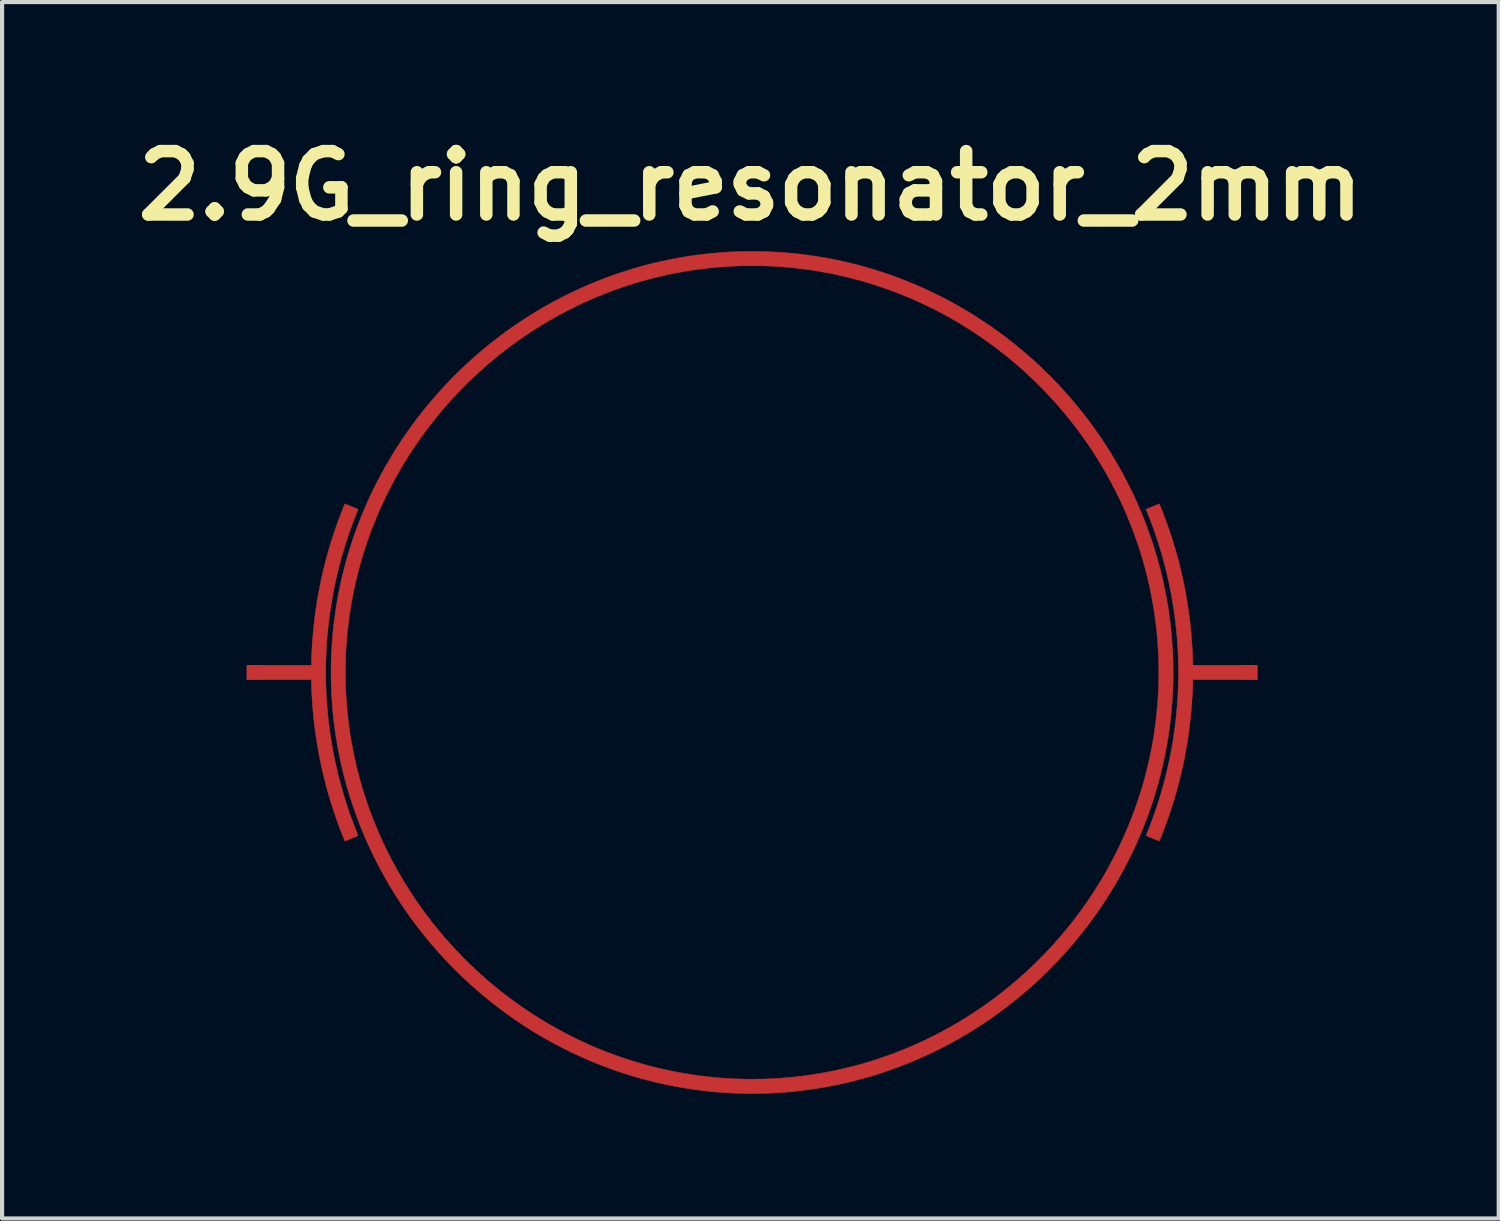
<source format=kicad_pcb>
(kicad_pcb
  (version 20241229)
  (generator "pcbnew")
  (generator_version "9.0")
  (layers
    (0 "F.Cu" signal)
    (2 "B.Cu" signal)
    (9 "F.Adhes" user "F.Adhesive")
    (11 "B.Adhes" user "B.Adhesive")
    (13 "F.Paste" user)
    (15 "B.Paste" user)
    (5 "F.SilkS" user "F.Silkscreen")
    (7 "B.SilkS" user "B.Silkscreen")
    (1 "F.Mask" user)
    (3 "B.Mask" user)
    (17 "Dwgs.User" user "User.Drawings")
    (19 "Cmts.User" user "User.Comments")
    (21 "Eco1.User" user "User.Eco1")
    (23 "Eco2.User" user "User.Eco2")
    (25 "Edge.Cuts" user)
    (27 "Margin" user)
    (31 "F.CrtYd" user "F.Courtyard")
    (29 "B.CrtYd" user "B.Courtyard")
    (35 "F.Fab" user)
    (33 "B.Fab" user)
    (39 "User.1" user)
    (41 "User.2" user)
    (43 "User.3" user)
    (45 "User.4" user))
  (footprint "2.9G_ring_resonator_2mm"
    (layer "F.Cu")
    (at 15.033 13.118)
    (property "Reference" "2.9G_ring_resonator_2mm" (at -0.04 -11.7 0) (layer "F.SilkS") (effects (font (size 1.524 1.524) (thickness 0.3))))
    (attr through_hole)
    (fp_poly (pts (xy 9.793 -4.053) (xy 9.795 -4.05) (xy 9.798 -4.044) (xy 9.802 -4.033) (xy 9.808 -4.019) (xy 9.814 -4.003) (xy 9.822 -3.985) (xy 9.83 -3.965) (xy 9.838 -3.945) (xy 9.846 -3.924) (xy 9.855 -3.903) (xy 9.861 -3.887) (xy 9.944 -3.67) (xy 10.022 -3.451) (xy 10.095 -3.231) (xy 10.163 -3.01) (xy 10.227 -2.787) (xy 10.285 -2.563) (xy 10.339 -2.338) (xy 10.387 -2.112) (xy 10.431 -1.884) (xy 10.469 -1.656) (xy 10.503 -1.427) (xy 10.532 -1.197) (xy 10.556 -0.966) (xy 10.574 -0.735) (xy 10.583 -0.601) (xy 10.585 -0.568) (xy 10.586 -0.533) (xy 10.588 -0.498) (xy 10.59 -0.462) (xy 10.591 -0.426) (xy 10.593 -0.392) (xy 10.594 -0.359) (xy 10.595 -0.328) (xy 10.596 -0.3) (xy 10.596 -0.275) (xy 10.597 -0.255) (xy 10.597 -0.243) (xy 10.597 -0.228) (xy 10.597 -0.213) (xy 10.598 -0.2) (xy 10.598 -0.191) (xy 10.599 -0.19) (xy 10.6 -0.173) (xy 12.144 -0.173) (xy 12.144 0.175) (xy 10.6 0.175) (xy 10.599 0.192) (xy 10.598 0.202) (xy 10.597 0.214) (xy 10.597 0.229) (xy 10.597 0.244) (xy 10.597 0.245) (xy 10.597 0.263) (xy 10.596 0.284) (xy 10.596 0.31) (xy 10.595 0.339) (xy 10.594 0.371) (xy 10.592 0.404) (xy 10.591 0.439) (xy 10.589 0.475) (xy 10.588 0.51) (xy 10.586 0.546) (xy 10.584 0.58) (xy 10.583 0.603) (xy 10.567 0.834) (xy 10.546 1.064) (xy 10.521 1.293) (xy 10.49 1.522) (xy 10.454 1.75) (xy 10.414 1.977) (xy 10.369 2.203) (xy 10.318 2.428) (xy 10.263 2.651) (xy 10.203 2.873) (xy 10.139 3.094) (xy 10.069 3.314) (xy 9.995 3.531) (xy 9.916 3.747) (xy 9.833 3.961) (xy 9.817 3.999) (xy 9.811 4.014) (xy 9.805 4.028) (xy 9.801 4.039) (xy 9.797 4.048) (xy 9.795 4.053) (xy 9.795 4.053) (xy 9.792 4.056) (xy 9.791 4.056) (xy 9.788 4.055) (xy 9.781 4.052) (xy 9.77 4.048) (xy 9.755 4.042) (xy 9.738 4.035) (xy 9.718 4.026) (xy 9.695 4.017) (xy 9.67 4.007) (xy 9.644 3.996) (xy 9.632 3.991) (xy 9.605 3.98) (xy 9.58 3.969) (xy 9.556 3.96) (xy 9.535 3.951) (xy 9.516 3.943) (xy 9.501 3.936) (xy 9.488 3.931) (xy 9.48 3.927) (xy 9.475 3.926) (xy 9.474 3.925) (xy 9.475 3.923) (xy 9.478 3.916) (xy 9.481 3.906) (xy 9.486 3.893) (xy 9.492 3.878) (xy 9.499 3.862) (xy 9.499 3.862) (xy 9.582 3.653) (xy 9.659 3.441) (xy 9.733 3.228) (xy 9.801 3.014) (xy 9.865 2.797) (xy 9.924 2.579) (xy 9.978 2.36) (xy 10.028 2.139) (xy 10.073 1.918) (xy 10.113 1.695) (xy 10.147 1.472) (xy 10.177 1.248) (xy 10.202 1.024) (xy 10.221 0.819) (xy 10.227 0.732) (xy 10.233 0.647) (xy 10.238 0.565) (xy 10.242 0.484) (xy 10.246 0.403) (xy 10.248 0.322) (xy 10.25 0.239) (xy 10.252 0.153) (xy 10.252 0.064) (xy 10.252 0.001) (xy 10.252 -0.091) (xy 10.251 -0.179) (xy 10.25 -0.264) (xy 10.248 -0.346) (xy 10.245 -0.427) (xy 10.241 -0.508) (xy 10.237 -0.589) (xy 10.231 -0.672) (xy 10.225 -0.757) (xy 10.221 -0.817) (xy 10.2 -1.041) (xy 10.175 -1.266) (xy 10.145 -1.489) (xy 10.109 -1.713) (xy 10.069 -1.935) (xy 10.024 -2.157) (xy 9.974 -2.377) (xy 9.919 -2.596) (xy 9.86 -2.814) (xy 9.795 -3.03) (xy 9.726 -3.245) (xy 9.653 -3.458) (xy 9.574 -3.669) (xy 9.499 -3.859) (xy 9.492 -3.876) (xy 9.486 -3.891) (xy 9.481 -3.904) (xy 9.478 -3.914) (xy 9.475 -3.92) (xy 9.474 -3.923) (xy 9.474 -3.923) (xy 9.477 -3.924) (xy 9.484 -3.927) (xy 9.495 -3.932) (xy 9.509 -3.937) (xy 9.526 -3.944) (xy 9.545 -3.952) (xy 9.566 -3.961) (xy 9.588 -3.97) (xy 9.611 -3.98) (xy 9.635 -3.989) (xy 9.658 -3.999) (xy 9.682 -4.008) (xy 9.704 -4.017) (xy 9.725 -4.026) (xy 9.743 -4.034) (xy 9.76 -4.04) (xy 9.774 -4.046) (xy 9.784 -4.05) (xy 9.791 -4.052) (xy 9.793 -4.053) (xy 9.793 -4.053)) (stroke (width 0.01) (type solid)) (fill yes) (layer "F.Cu"))
    (fp_poly (pts (xy -9.788 -4.052) (xy -9.782 -4.05) (xy -9.771 -4.046) (xy -9.758 -4.04) (xy -9.741 -4.034) (xy -9.722 -4.026) (xy -9.701 -4.018) (xy -9.679 -4.008) (xy -9.656 -3.999) (xy -9.632 -3.989) (xy -9.609 -3.98) (xy -9.586 -3.97) (xy -9.563 -3.961) (xy -9.542 -3.952) (xy -9.523 -3.944) (xy -9.507 -3.937) (xy -9.493 -3.932) (xy -9.482 -3.927) (xy -9.475 -3.924) (xy -9.472 -3.923) (xy -9.472 -3.923) (xy -9.473 -3.92) (xy -9.475 -3.914) (xy -9.479 -3.904) (xy -9.484 -3.891) (xy -9.49 -3.876) (xy -9.497 -3.859) (xy -9.497 -3.859) (xy -9.579 -3.65) (xy -9.657 -3.439) (xy -9.73 -3.225) (xy -9.799 -3.011) (xy -9.863 -2.794) (xy -9.922 -2.576) (xy -9.976 -2.357) (xy -10.026 -2.136) (xy -10.07 -1.914) (xy -10.11 -1.691) (xy -10.145 -1.468) (xy -10.175 -1.244) (xy -10.2 -1.019) (xy -10.22 -0.794) (xy -10.227 -0.695) (xy -10.232 -0.624) (xy -10.236 -0.555) (xy -10.239 -0.489) (xy -10.242 -0.424) (xy -10.245 -0.36) (xy -10.247 -0.294) (xy -10.248 -0.228) (xy -10.249 -0.159) (xy -10.25 -0.087) (xy -10.25 -0.01) (xy -10.25 0.001) (xy -10.25 0.078) (xy -10.249 0.151) (xy -10.248 0.22) (xy -10.247 0.287) (xy -10.245 0.353) (xy -10.243 0.417) (xy -10.24 0.482) (xy -10.236 0.548) (xy -10.233 0.616) (xy -10.228 0.687) (xy -10.227 0.697) (xy -10.209 0.923) (xy -10.187 1.148) (xy -10.159 1.372) (xy -10.126 1.596) (xy -10.088 1.819) (xy -10.046 2.041) (xy -9.998 2.262) (xy -9.946 2.482) (xy -9.889 2.701) (xy -9.827 2.918) (xy -9.761 3.134) (xy -9.69 3.348) (xy -9.614 3.56) (xy -9.533 3.77) (xy -9.497 3.862) (xy -9.49 3.878) (xy -9.484 3.893) (xy -9.479 3.906) (xy -9.475 3.916) (xy -9.473 3.923) (xy -9.472 3.925) (xy -9.472 3.925) (xy -9.474 3.926) (xy -9.481 3.929) (xy -9.492 3.934) (xy -9.505 3.939) (xy -9.522 3.946) (xy -9.541 3.954) (xy -9.562 3.963) (xy -9.584 3.972) (xy -9.607 3.981) (xy -9.631 3.991) (xy -9.654 4.001) (xy -9.678 4.011) (xy -9.7 4.02) (xy -9.721 4.028) (xy -9.74 4.036) (xy -9.756 4.043) (xy -9.77 4.048) (xy -9.78 4.053) (xy -9.787 4.055) (xy -9.79 4.056) (xy -9.79 4.056) (xy -9.792 4.054) (xy -9.792 4.053) (xy -9.794 4.05) (xy -9.797 4.043) (xy -9.801 4.032) (xy -9.806 4.02) (xy -9.812 4.005) (xy -9.814 3.999) (xy -9.899 3.786) (xy -9.978 3.571) (xy -10.053 3.354) (xy -10.123 3.136) (xy -10.189 2.916) (xy -10.25 2.694) (xy -10.305 2.471) (xy -10.357 2.247) (xy -10.403 2.021) (xy -10.444 1.795) (xy -10.481 1.568) (xy -10.512 1.34) (xy -10.539 1.112) (xy -10.561 0.883) (xy -10.571 0.743) (xy -10.574 0.704) (xy -10.577 0.663) (xy -10.579 0.621) (xy -10.581 0.578) (xy -10.584 0.536) (xy -10.586 0.493) (xy -10.588 0.452) (xy -10.59 0.413) (xy -10.591 0.375) (xy -10.592 0.34) (xy -10.593 0.309) (xy -10.594 0.281) (xy -10.594 0.257) (xy -10.594 0.249) (xy -10.594 0.234) (xy -10.595 0.219) (xy -10.595 0.205) (xy -10.596 0.195) (xy -10.596 0.195) (xy -10.598 0.175) (xy -12.141 0.175) (xy -12.141 -0.173) (xy -10.598 -0.173) (xy -10.596 -0.192) (xy -10.595 -0.202) (xy -10.595 -0.216) (xy -10.594 -0.231) (xy -10.594 -0.246) (xy -10.594 -0.246) (xy -10.594 -0.262) (xy -10.594 -0.283) (xy -10.593 -0.308) (xy -10.592 -0.335) (xy -10.591 -0.366) (xy -10.59 -0.398) (xy -10.589 -0.432) (xy -10.587 -0.467) (xy -10.585 -0.501) (xy -10.584 -0.536) (xy -10.582 -0.569) (xy -10.58 -0.601) (xy -10.564 -0.833) (xy -10.543 -1.065) (xy -10.518 -1.296) (xy -10.487 -1.526) (xy -10.451 -1.755) (xy -10.41 -1.983) (xy -10.364 -2.209) (xy -10.314 -2.435) (xy -10.258 -2.66) (xy -10.197 -2.883) (xy -10.132 -3.105) (xy -10.061 -3.326) (xy -9.986 -3.546) (xy -9.906 -3.764) (xy -9.858 -3.887) (xy -9.85 -3.908) (xy -9.842 -3.929) (xy -9.833 -3.95) (xy -9.825 -3.97) (xy -9.817 -3.99) (xy -9.81 -4.007) (xy -9.804 -4.023) (xy -9.798 -4.036) (xy -9.794 -4.046) (xy -9.792 -4.052) (xy -9.791 -4.053) (xy -9.788 -4.052)) (stroke (width 0.01) (type solid)) (fill yes) (layer "F.Cu"))
    (fp_poly (pts (xy 0.049 -10.123) (xy 0.092 -10.123) (xy 0.131 -10.123) (xy 0.166 -10.122) (xy 0.2 -10.122) (xy 0.231 -10.122) (xy 0.261 -10.121) (xy 0.29 -10.12) (xy 0.32 -10.12) (xy 0.35 -10.119) (xy 0.381 -10.117) (xy 0.413 -10.116) (xy 0.449 -10.114) (xy 0.455 -10.114) (xy 0.68 -10.101) (xy 0.905 -10.084) (xy 1.129 -10.061) (xy 1.353 -10.033) (xy 1.575 -10) (xy 1.797 -9.963) (xy 2.018 -9.92) (xy 2.238 -9.872) (xy 2.456 -9.819) (xy 2.674 -9.762) (xy 2.832 -9.716) (xy 2.983 -9.671) (xy 3.136 -9.621) (xy 3.29 -9.569) (xy 3.443 -9.515) (xy 3.593 -9.458) (xy 3.74 -9.401) (xy 3.764 -9.391) (xy 3.974 -9.303) (xy 4.181 -9.211) (xy 4.386 -9.114) (xy 4.589 -9.013) (xy 4.789 -8.907) (xy 4.987 -8.796) (xy 5.182 -8.682) (xy 5.375 -8.563) (xy 5.565 -8.439) (xy 5.753 -8.312) (xy 5.938 -8.18) (xy 6.12 -8.044) (xy 6.299 -7.904) (xy 6.475 -7.759) (xy 6.649 -7.611) (xy 6.763 -7.51) (xy 6.855 -7.426) (xy 6.948 -7.338) (xy 7.042 -7.247) (xy 7.136 -7.155) (xy 7.229 -7.061) (xy 7.32 -6.967) (xy 7.409 -6.873) (xy 7.494 -6.781) (xy 7.512 -6.76) (xy 7.662 -6.59) (xy 7.808 -6.417) (xy 7.95 -6.241) (xy 8.089 -6.062) (xy 8.223 -5.879) (xy 8.353 -5.694) (xy 8.479 -5.507) (xy 8.6 -5.317) (xy 8.717 -5.124) (xy 8.83 -4.929) (xy 8.939 -4.732) (xy 9.042 -4.533) (xy 9.142 -4.332) (xy 9.187 -4.235) (xy 9.281 -4.029) (xy 9.369 -3.82) (xy 9.453 -3.611) (xy 9.532 -3.399) (xy 9.607 -3.186) (xy 9.676 -2.97) (xy 9.741 -2.753) (xy 9.758 -2.692) (xy 9.816 -2.478) (xy 9.869 -2.262) (xy 9.916 -2.044) (xy 9.959 -1.825) (xy 9.998 -1.605) (xy 10.031 -1.384) (xy 10.059 -1.162) (xy 10.083 -0.939) (xy 10.101 -0.716) (xy 10.115 -0.492) (xy 10.117 -0.452) (xy 10.118 -0.416) (xy 10.12 -0.383) (xy 10.121 -0.351) (xy 10.122 -0.321) (xy 10.123 -0.292) (xy 10.124 -0.262) (xy 10.124 -0.232) (xy 10.125 -0.201) (xy 10.125 -0.168) (xy 10.125 -0.132) (xy 10.125 -0.093) (xy 10.125 -0.051) (xy 10.126 -0.004) (xy 10.126 0) (xy 10.126 0.048) (xy 10.125 0.091) (xy 10.125 0.131) (xy 10.125 0.167) (xy 10.125 0.201) (xy 10.124 0.233) (xy 10.124 0.264) (xy 10.123 0.295) (xy 10.122 0.325) (xy 10.121 0.356) (xy 10.12 0.388) (xy 10.118 0.423) (xy 10.116 0.46) (xy 10.115 0.48) (xy 10.102 0.702) (xy 10.084 0.924) (xy 10.061 1.146) (xy 10.034 1.367) (xy 10.001 1.588) (xy 9.963 1.807) (xy 9.921 2.026) (xy 9.874 2.24) (xy 9.821 2.459) (xy 9.764 2.676) (xy 9.701 2.892) (xy 9.634 3.106) (xy 9.562 3.319) (xy 9.485 3.53) (xy 9.404 3.739) (xy 9.318 3.946) (xy 9.227 4.151) (xy 9.132 4.354) (xy 9.032 4.555) (xy 8.928 4.754) (xy 8.82 4.95) (xy 8.707 5.145) (xy 8.589 5.337) (xy 8.468 5.526) (xy 8.342 5.713) (xy 8.211 5.898) (xy 8.077 6.079) (xy 7.938 6.258) (xy 7.796 6.435) (xy 7.649 6.608) (xy 7.498 6.779) (xy 7.446 6.835) (xy 7.381 6.905) (xy 7.313 6.977) (xy 7.242 7.051) (xy 7.169 7.124) (xy 7.095 7.198) (xy 7.022 7.27) (xy 6.949 7.34) (xy 6.877 7.407) (xy 6.835 7.446) (xy 6.665 7.599) (xy 6.492 7.748) (xy 6.316 7.892) (xy 6.137 8.033) (xy 5.955 8.17) (xy 5.771 8.302) (xy 5.583 8.43) (xy 5.393 8.554) (xy 5.201 8.673) (xy 5.005 8.788) (xy 4.808 8.899) (xy 4.608 9.005) (xy 4.405 9.107) (xy 4.2 9.205) (xy 4.117 9.242) (xy 3.911 9.333) (xy 3.702 9.418) (xy 3.492 9.499) (xy 3.281 9.575) (xy 3.067 9.646) (xy 2.853 9.713) (xy 2.637 9.774) (xy 2.42 9.831) (xy 2.201 9.883) (xy 1.982 9.93) (xy 1.761 9.971) (xy 1.54 10.008) (xy 1.317 10.04) (xy 1.094 10.067) (xy 0.87 10.089) (xy 0.832 10.093) (xy 0.767 10.098) (xy 0.703 10.102) (xy 0.639 10.107) (xy 0.574 10.111) (xy 0.508 10.114) (xy 0.439 10.117) (xy 0.366 10.12) (xy 0.323 10.122) (xy 0.309 10.122) (xy 0.292 10.123) (xy 0.27 10.123) (xy 0.245 10.124) (xy 0.217 10.124) (xy 0.187 10.124) (xy 0.154 10.125) (xy 0.121 10.125) (xy 0.086 10.125) (xy 0.052 10.125) (xy 0.017 10.126) (xy -0.016 10.126) (xy -0.049 10.126) (xy -0.079 10.126) (xy -0.107 10.126) (xy -0.133 10.126) (xy -0.154 10.126) (xy -0.172 10.126) (xy -0.186 10.125) (xy -0.187 10.125) (xy -0.275 10.123) (xy -0.359 10.12) (xy -0.44 10.117) (xy -0.518 10.113) (xy -0.594 10.109) (xy -0.67 10.104) (xy -0.746 10.099) (xy -0.822 10.093) (xy -0.829 10.093) (xy -1.053 10.071) (xy -1.277 10.045) (xy -1.5 10.014) (xy -1.721 9.978) (xy -1.942 9.937) (xy -2.162 9.891) (xy -2.38 9.84) (xy -2.598 9.784) (xy -2.814 9.724) (xy -3.029 9.658) (xy -3.242 9.588) (xy -3.454 9.512) (xy -3.664 9.432) (xy -3.873 9.347) (xy -4.08 9.258) (xy -4.115 9.242) (xy -4.321 9.147) (xy -4.524 9.047) (xy -4.725 8.942) (xy -4.924 8.833) (xy -5.12 8.72) (xy -5.314 8.602) (xy -5.505 8.48) (xy -5.693 8.354) (xy -5.879 8.223) (xy -6.062 8.088) (xy -6.242 7.949) (xy -6.419 7.806) (xy -6.594 7.659) (xy -6.765 7.508) (xy -6.833 7.446) (xy -6.903 7.381) (xy -6.975 7.313) (xy -7.048 7.242) (xy -7.122 7.169) (xy -7.195 7.095) (xy -7.267 7.022) (xy -7.337 6.949) (xy -7.405 6.877) (xy -7.444 6.835) (xy -7.596 6.665) (xy -7.745 6.492) (xy -7.89 6.316) (xy -8.03 6.137) (xy -8.167 5.956) (xy -8.299 5.771) (xy -8.427 5.584) (xy -8.551 5.394) (xy -8.67 5.202) (xy -8.785 5.007) (xy -8.896 4.809) (xy -9.002 4.61) (xy -9.103 4.407) (xy -9.201 4.203) (xy -9.293 3.996) (xy -9.381 3.787) (xy -9.391 3.764) (xy -9.457 3.597) (xy -9.52 3.427) (xy -9.581 3.255) (xy -9.639 3.081) (xy -9.694 2.908) (xy -9.745 2.735) (xy -9.784 2.593) (xy -9.839 2.377) (xy -9.89 2.159) (xy -9.935 1.94) (xy -9.976 1.721) (xy -10.012 1.501) (xy -10.043 1.281) (xy -10.063 1.109) (xy -10.083 0.918) (xy -10.098 0.725) (xy -10.11 0.533) (xy -10.113 0.48) (xy -10.115 0.441) (xy -10.116 0.406) (xy -10.118 0.372) (xy -10.119 0.341) (xy -10.12 0.31) (xy -10.121 0.28) (xy -10.121 0.25) (xy -10.122 0.219) (xy -10.122 0.186) (xy -10.123 0.151) (xy -10.123 0.114) (xy -10.123 0.073) (xy -10.123 0.028) (xy -10.123 0.001) (xy -9.777 0.001) (xy -9.777 0.064) (xy -9.777 0.123) (xy -9.776 0.178) (xy -9.775 0.23) (xy -9.774 0.281) (xy -9.773 0.331) (xy -9.771 0.381) (xy -9.769 0.432) (xy -9.766 0.485) (xy -9.763 0.54) (xy -9.762 0.555) (xy -9.747 0.777) (xy -9.727 0.997) (xy -9.702 1.217) (xy -9.672 1.436) (xy -9.636 1.654) (xy -9.596 1.871) (xy -9.551 2.087) (xy -9.501 2.302) (xy -9.446 2.516) (xy -9.386 2.728) (xy -9.322 2.939) (xy -9.252 3.149) (xy -9.178 3.358) (xy -9.098 3.565) (xy -9.014 3.77) (xy -8.925 3.974) (xy -8.921 3.983) (xy -8.901 4.028) (xy -8.878 4.076) (xy -8.854 4.127) (xy -8.829 4.179) (xy -8.804 4.232) (xy -8.777 4.286) (xy -8.751 4.339) (xy -8.726 4.39) (xy -8.701 4.438) (xy -8.678 4.484) (xy -8.659 4.52) (xy -8.551 4.718) (xy -8.439 4.913) (xy -8.323 5.106) (xy -8.203 5.295) (xy -8.079 5.482) (xy -7.951 5.665) (xy -7.818 5.845) (xy -7.682 6.023) (xy -7.541 6.197) (xy -7.397 6.368) (xy -7.249 6.536) (xy -7.096 6.701) (xy -6.94 6.862) (xy -6.78 7.021) (xy -6.616 7.176) (xy -6.506 7.276) (xy -6.338 7.424) (xy -6.166 7.567) (xy -5.992 7.707) (xy -5.814 7.842) (xy -5.633 7.974) (xy -5.45 8.102) (xy -5.263 8.225) (xy -5.073 8.344) (xy -4.881 8.459) (xy -4.685 8.57) (xy -4.507 8.666) (xy -4.481 8.68) (xy -4.452 8.695) (xy -4.419 8.712) (xy -4.385 8.729) (xy -4.348 8.748) (xy -4.311 8.766) (xy -4.274 8.784) (xy -4.238 8.802) (xy -4.204 8.819) (xy -4.172 8.835) (xy -4.142 8.849) (xy -4.12 8.859) (xy -3.917 8.952) (xy -3.713 9.04) (xy -3.507 9.122) (xy -3.301 9.2) (xy -3.093 9.273) (xy -2.883 9.341) (xy -2.673 9.404) (xy -2.46 9.463) (xy -2.246 9.517) (xy -2.151 9.539) (xy -1.936 9.585) (xy -1.721 9.627) (xy -1.504 9.663) (xy -1.286 9.695) (xy -1.066 9.722) (xy -0.846 9.744) (xy -0.625 9.76) (xy -0.404 9.772) (xy -0.182 9.779) (xy -0.144 9.78) (xy -0.125 9.78) (xy -0.103 9.78) (xy -0.076 9.78) (xy -0.047 9.78) (xy -0.015 9.78) (xy 0.019 9.78) (xy 0.053 9.78) (xy 0.088 9.78) (xy 0.123 9.779) (xy 0.157 9.779) (xy 0.189 9.778) (xy 0.22 9.778) (xy 0.247 9.778) (xy 0.27 9.777) (xy 0.29 9.777) (xy 0.295 9.776) (xy 0.356 9.774) (xy 0.413 9.772) (xy 0.468 9.77) (xy 0.52 9.767) (xy 0.555 9.765) (xy 0.776 9.75) (xy 0.997 9.73) (xy 1.217 9.704) (xy 1.435 9.674) (xy 1.653 9.639) (xy 1.87 9.599) (xy 2.085 9.554) (xy 2.3 9.504) (xy 2.513 9.45) (xy 2.725 9.39) (xy 2.935 9.326) (xy 3.144 9.256) (xy 3.352 9.182) (xy 3.558 9.104) (xy 3.762 9.02) (xy 3.965 8.932) (xy 4.166 8.839) (xy 4.365 8.741) (xy 4.562 8.638) (xy 4.758 8.531) (xy 4.951 8.419) (xy 4.979 8.403) (xy 5.168 8.288) (xy 5.354 8.167) (xy 5.538 8.043) (xy 5.719 7.914) (xy 5.898 7.781) (xy 6.073 7.644) (xy 6.246 7.503) (xy 6.415 7.359) (xy 6.582 7.21) (xy 6.745 7.057) (xy 6.904 6.901) (xy 7.061 6.741) (xy 7.214 6.578) (xy 7.275 6.51) (xy 7.422 6.342) (xy 7.566 6.17) (xy 7.706 5.996) (xy 7.841 5.819) (xy 7.972 5.638) (xy 8.1 5.455) (xy 8.223 5.269) (xy 8.342 5.08) (xy 8.456 4.889) (xy 8.566 4.695) (xy 8.672 4.499) (xy 8.773 4.3) (xy 8.87 4.099) (xy 8.962 3.896) (xy 9.04 3.714) (xy 9.105 3.553) (xy 9.169 3.388) (xy 9.229 3.221) (xy 9.287 3.053) (xy 9.341 2.885) (xy 9.388 2.733) (xy 9.448 2.519) (xy 9.503 2.304) (xy 9.553 2.089) (xy 9.599 1.872) (xy 9.639 1.655) (xy 9.674 1.437) (xy 9.704 1.218) (xy 9.729 0.998) (xy 9.75 0.777) (xy 9.765 0.556) (xy 9.765 0.555) (xy 9.768 0.499) (xy 9.771 0.446) (xy 9.773 0.395) (xy 9.775 0.345) (xy 9.776 0.295) (xy 9.778 0.244) (xy 9.779 0.192) (xy 9.779 0.138) (xy 9.78 0.08) (xy 9.78 0.019) (xy 9.78 0.001) (xy 9.78 -0.061) (xy 9.779 -0.12) (xy 9.779 -0.175) (xy 9.778 -0.228) (xy 9.777 -0.278) (xy 9.775 -0.328) (xy 9.774 -0.378) (xy 9.771 -0.429) (xy 9.769 -0.482) (xy 9.766 -0.537) (xy 9.765 -0.552) (xy 9.75 -0.774) (xy 9.73 -0.994) (xy 9.704 -1.214) (xy 9.674 -1.433) (xy 9.639 -1.65) (xy 9.599 -1.867) (xy 9.554 -2.082) (xy 9.504 -2.297) (xy 9.45 -2.51) (xy 9.39 -2.722) (xy 9.326 -2.932) (xy 9.256 -3.141) (xy 9.182 -3.349) (xy 9.104 -3.555) (xy 9.02 -3.759) (xy 8.932 -3.962) (xy 8.839 -4.163) (xy 8.741 -4.362) (xy 8.639 -4.559) (xy 8.532 -4.755) (xy 8.42 -4.948) (xy 8.403 -4.976) (xy 8.288 -5.165) (xy 8.167 -5.352) (xy 8.043 -5.536) (xy 7.914 -5.717) (xy 7.781 -5.896) (xy 7.644 -6.071) (xy 7.503 -6.244) (xy 7.358 -6.413) (xy 7.209 -6.58) (xy 7.056 -6.743) (xy 6.9 -6.903) (xy 6.74 -7.059) (xy 6.576 -7.212) (xy 6.51 -7.272) (xy 6.342 -7.42) (xy 6.171 -7.563) (xy 5.996 -7.703) (xy 5.819 -7.838) (xy 5.638 -7.97) (xy 5.454 -8.097) (xy 5.268 -8.221) (xy 5.078 -8.34) (xy 4.886 -8.456) (xy 4.69 -8.567) (xy 4.52 -8.659) (xy 4.478 -8.681) (xy 4.432 -8.704) (xy 4.383 -8.729) (xy 4.331 -8.755) (xy 4.278 -8.781) (xy 4.225 -8.807) (xy 4.172 -8.833) (xy 4.119 -8.858) (xy 4.069 -8.882) (xy 4.021 -8.904) (xy 3.983 -8.921) (xy 3.779 -9.01) (xy 3.574 -9.094) (xy 3.367 -9.174) (xy 3.159 -9.248) (xy 2.95 -9.318) (xy 2.739 -9.383) (xy 2.527 -9.443) (xy 2.313 -9.498) (xy 2.099 -9.549) (xy 1.883 -9.594) (xy 1.667 -9.634) (xy 1.449 -9.67) (xy 1.231 -9.7) (xy 1.012 -9.726) (xy 0.809 -9.745) (xy 0.722 -9.751) (xy 0.638 -9.757) (xy 0.557 -9.763) (xy 0.476 -9.767) (xy 0.396 -9.77) (xy 0.316 -9.773) (xy 0.234 -9.775) (xy 0.149 -9.776) (xy 0.061 -9.777) (xy 0.001 -9.777) (xy -0.061 -9.777) (xy -0.12 -9.777) (xy -0.175 -9.776) (xy -0.228 -9.775) (xy -0.279 -9.774) (xy -0.329 -9.773) (xy -0.379 -9.771) (xy -0.43 -9.769) (xy -0.483 -9.766) (xy -0.538 -9.763) (xy -0.552 -9.762) (xy -0.774 -9.747) (xy -0.995 -9.727) (xy -1.215 -9.702) (xy -1.434 -9.672) (xy -1.652 -9.636) (xy -1.869 -9.596) (xy -2.085 -9.551) (xy -2.299 -9.501) (xy -2.513 -9.446) (xy -2.726 -9.386) (xy -2.937 -9.322) (xy -3.147 -9.252) (xy -3.355 -9.178) (xy -3.562 -9.098) (xy -3.768 -9.014) (xy -3.972 -8.925) (xy -3.98 -8.921) (xy -4.025 -8.901) (xy -4.073 -8.878) (xy -4.124 -8.854) (xy -4.177 -8.829) (xy -4.23 -8.804) (xy -4.283 -8.777) (xy -4.336 -8.751) (xy -4.387 -8.726) (xy -4.436 -8.701) (xy -4.481 -8.678) (xy -4.517 -8.659) (xy -4.715 -8.551) (xy -4.911 -8.439) (xy -5.103 -8.323) (xy -5.292 -8.203) (xy -5.479 -8.079) (xy -5.663 -7.951) (xy -5.843 -7.818) (xy -6.021 -7.682) (xy -6.195 -7.541) (xy -6.366 -7.397) (xy -6.534 -7.248) (xy -6.699 -7.096) (xy -6.861 -6.94) (xy -7.019 -6.78) (xy -7.174 -6.616) (xy -7.186 -6.603) (xy -7.335 -6.437) (xy -7.481 -6.268) (xy -7.622 -6.095) (xy -7.76 -5.919) (xy -7.894 -5.74) (xy -8.024 -5.559) (xy -8.15 -5.374) (xy -8.272 -5.186) (xy -8.389 -4.996) (xy -8.498 -4.809) (xy -8.595 -4.636) (xy -8.689 -4.459) (xy -8.779 -4.281) (xy -8.865 -4.101) (xy -8.948 -3.921) (xy -8.98 -3.846) (xy -9.066 -3.642) (xy -9.147 -3.436) (xy -9.224 -3.228) (xy -9.295 -3.019) (xy -9.362 -2.808) (xy -9.423 -2.596) (xy -9.48 -2.383) (xy -9.532 -2.169) (xy -9.579 -1.954) (xy -9.621 -1.738) (xy -9.658 -1.521) (xy -9.69 -1.303) (xy -9.717 -1.084) (xy -9.74 -0.864) (xy -9.745 -0.806) (xy -9.751 -0.719) (xy -9.758 -0.635) (xy -9.763 -0.553) (xy -9.767 -0.472) (xy -9.77 -0.391) (xy -9.773 -0.31) (xy -9.775 -0.228) (xy -9.777 -0.143) (xy -9.777 -0.054) (xy -9.777 0.001) (xy -10.123 0.001) (xy -10.123 0) (xy -10.123 -0.047) (xy -10.123 -0.09) (xy -10.123 -0.13) (xy -10.122 -0.166) (xy -10.122 -0.199) (xy -10.122 -0.231) (xy -10.121 -0.261) (xy -10.12 -0.29) (xy -10.119 -0.32) (xy -10.118 -0.35) (xy -10.117 -0.382) (xy -10.116 -0.415) (xy -10.114 -0.451) (xy -10.114 -0.452) (xy -10.101 -0.678) (xy -10.084 -0.903) (xy -10.061 -1.127) (xy -10.033 -1.35) (xy -10 -1.572) (xy -9.963 -1.794) (xy -9.92 -2.014) (xy -9.872 -2.234) (xy -9.82 -2.452) (xy -9.762 -2.669) (xy -9.7 -2.885) (xy -9.633 -3.099) (xy -9.561 -3.313) (xy -9.484 -3.525) (xy -9.402 -3.735) (xy -9.315 -3.944) (xy -9.246 -4.101) (xy -9.185 -4.235) (xy -9.121 -4.37) (xy -9.054 -4.505) (xy -8.985 -4.639) (xy -8.929 -4.746) (xy -8.819 -4.945) (xy -8.704 -5.142) (xy -8.586 -5.336) (xy -8.463 -5.527) (xy -8.336 -5.716) (xy -8.204 -5.902) (xy -8.069 -6.085) (xy -7.929 -6.265) (xy -7.785 -6.442) (xy -7.637 -6.616) (xy -7.51 -6.76) (xy -7.426 -6.852) (xy -7.338 -6.946) (xy -7.247 -7.04) (xy -7.155 -7.134) (xy -7.061 -7.227) (xy -6.967 -7.318) (xy -6.873 -7.406) (xy -6.781 -7.491) (xy -6.76 -7.51) (xy -6.589 -7.661) (xy -6.415 -7.808) (xy -6.238 -7.95) (xy -6.058 -8.089) (xy -5.875 -8.224) (xy -5.689 -8.354) (xy -5.501 -8.48) (xy -5.31 -8.602) (xy -5.117 -8.719) (xy -4.921 -8.832) (xy -4.723 -8.941) (xy -4.522 -9.045) (xy -4.319 -9.145) (xy -4.114 -9.24) (xy -3.906 -9.331) (xy -3.719 -9.408) (xy -3.579 -9.463) (xy -3.436 -9.516) (xy -3.291 -9.568) (xy -3.145 -9.617) (xy -3 -9.664) (xy -2.857 -9.708) (xy -2.837 -9.714) (xy -2.621 -9.776) (xy -2.404 -9.832) (xy -2.185 -9.883) (xy -1.965 -9.93) (xy -1.744 -9.971) (xy -1.523 -10.008) (xy -1.3 -10.04) (xy -1.077 -10.066) (xy -0.852 -10.088) (xy -0.628 -10.105) (xy -0.452 -10.114) (xy -0.416 -10.116) (xy -0.383 -10.117) (xy -0.352 -10.118) (xy -0.322 -10.119) (xy -0.293 -10.12) (xy -0.263 -10.121) (xy -0.233 -10.122) (xy -0.202 -10.122) (xy -0.169 -10.122) (xy -0.134 -10.123) (xy -0.096 -10.123) (xy -0.053 -10.123) (xy -0.007 -10.123) (xy 0.001 -10.123) (xy 0.049 -10.123)) (stroke (width 0.01) (type solid)) (fill yes) (layer "F.Cu"))
    (pad "1" smd rect (at -11.98 0) (size 0.346 0.346) (layers "F.Cu" "F.Mask" "F.Paste"))
    (pad "2" smd rect (at 11.98 0) (size 0.346 0.346) (layers "F.Cu" "F.Mask" "F.Paste")))
  (gr_rect
    (start -3 -3)
    (end 32.987 26.249)
    (stroke (width 0.1) (type default))
    (fill no)
    (layer "Edge.Cuts")))
</source>
